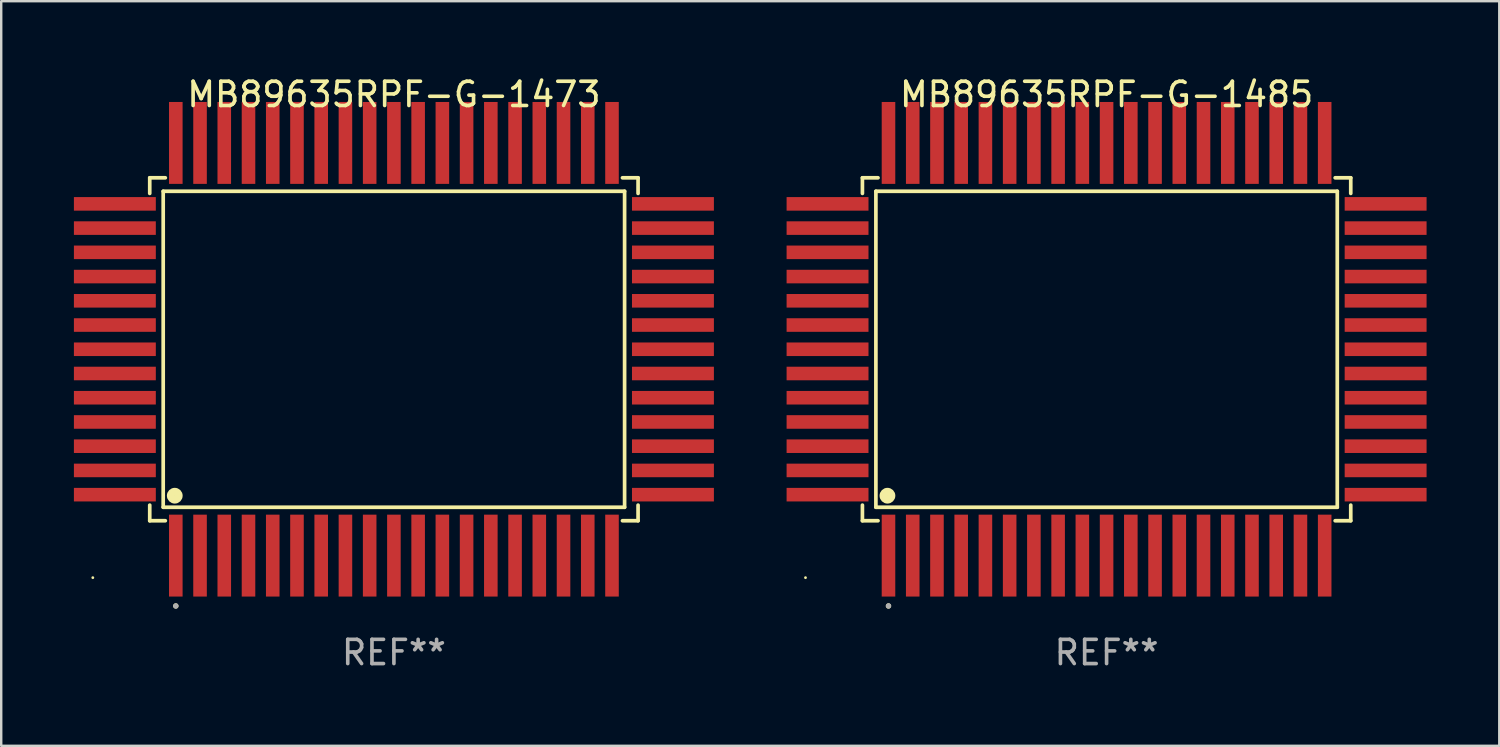
<source format=kicad_pcb>
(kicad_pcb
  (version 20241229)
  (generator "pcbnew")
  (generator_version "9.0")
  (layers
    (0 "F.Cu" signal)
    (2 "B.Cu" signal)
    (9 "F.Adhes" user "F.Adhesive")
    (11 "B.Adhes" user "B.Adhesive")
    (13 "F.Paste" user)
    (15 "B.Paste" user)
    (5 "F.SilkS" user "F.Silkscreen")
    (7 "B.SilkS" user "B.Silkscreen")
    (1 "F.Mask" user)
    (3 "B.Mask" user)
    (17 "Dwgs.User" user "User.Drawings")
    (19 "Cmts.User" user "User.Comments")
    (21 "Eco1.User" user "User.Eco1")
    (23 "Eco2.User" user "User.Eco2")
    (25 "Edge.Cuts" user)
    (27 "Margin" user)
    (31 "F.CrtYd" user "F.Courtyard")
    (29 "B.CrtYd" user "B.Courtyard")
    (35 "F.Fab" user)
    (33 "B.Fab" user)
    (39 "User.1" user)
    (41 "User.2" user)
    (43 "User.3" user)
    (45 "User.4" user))
  (footprint "MB89635RPF-G-1485"
    (layer "F.Cu")
    (at 42.615 11.363)
    (property "Reference" "MB89635RPF-G-1485" (at 0 -10.515 0) (layer "F.SilkS") (effects (font (size 1 1) (thickness 0.15))))
    (attr through_hole)
    (fp_line (start -10.076 -7.076) (end -10.076 -6.432) (stroke (width 0.152) (type solid)) (layer "F.SilkS"))
    (fp_line (start -10.076 7.076) (end -10.076 6.432) (stroke (width 0.152) (type solid)) (layer "F.SilkS"))
    (fp_line (start -9.52 -6.52) (end 9.52 -6.52) (stroke (width 0.152) (type solid)) (layer "F.SilkS"))
    (fp_line (start -9.52 6.52) (end -9.52 -6.52) (stroke (width 0.152) (type solid)) (layer "F.SilkS"))
    (fp_line (start -9.432 -7.076) (end -10.076 -7.076) (stroke (width 0.152) (type solid)) (layer "F.SilkS"))
    (fp_line (start -9.432 7.076) (end -10.076 7.076) (stroke (width 0.152) (type solid)) (layer "F.SilkS"))
    (fp_line (start 9.432 -7.076) (end 10.076 -7.076) (stroke (width 0.152) (type solid)) (layer "F.SilkS"))
    (fp_line (start 9.432 7.076) (end 10.076 7.076) (stroke (width 0.152) (type solid)) (layer "F.SilkS"))
    (fp_line (start 9.52 -6.52) (end 9.52 6.52) (stroke (width 0.152) (type solid)) (layer "F.SilkS"))
    (fp_line (start 9.52 6.52) (end -9.52 6.52) (stroke (width 0.152) (type solid)) (layer "F.SilkS"))
    (fp_line (start 10.076 -7.076) (end 10.076 -6.432) (stroke (width 0.152) (type solid)) (layer "F.SilkS"))
    (fp_line (start 10.076 7.076) (end 10.076 6.432) (stroke (width 0.152) (type solid)) (layer "F.SilkS"))
    (fp_circle (center -12.425 9.425) (end -12.395 9.425) (stroke (width 0.06) (type solid)) (fill no) (layer "F.SilkS"))
    (fp_circle (center -9.043 6.043) (end -8.88 6.043) (stroke (width 0.325) (type solid)) (fill no) (layer "F.SilkS"))
    (fp_circle (center -9 10.593) (end -8.944 10.593) (stroke (width 0.112) (type solid)) (fill no) (layer "F.SilkS"))
    (fp_circle (center -9 10.593) (end -8.944 10.593) (stroke (width 0.112) (type solid)) (fill no) (layer "F.Fab"))
    (fp_text user "REF**" (at 0 12.515 0) (layer "F.Fab") (effects (font (size 1 1) (thickness 0.15))))
    (pad "1" smd rect (at -9 8.515) (size 0.56 3.38) (layers "F.Cu" "F.Mask" "F.Paste"))
    (pad "2" smd rect (at -8 8.515) (size 0.56 3.38) (layers "F.Cu" "F.Mask" "F.Paste"))
    (pad "3" smd rect (at -7 8.515) (size 0.56 3.38) (layers "F.Cu" "F.Mask" "F.Paste"))
    (pad "4" smd rect (at -6 8.515) (size 0.56 3.38) (layers "F.Cu" "F.Mask" "F.Paste"))
    (pad "5" smd rect (at -5 8.515) (size 0.56 3.38) (layers "F.Cu" "F.Mask" "F.Paste"))
    (pad "6" smd rect (at -4 8.515) (size 0.56 3.38) (layers "F.Cu" "F.Mask" "F.Paste"))
    (pad "7" smd rect (at -3 8.515) (size 0.56 3.38) (layers "F.Cu" "F.Mask" "F.Paste"))
    (pad "8" smd rect (at -2 8.515) (size 0.56 3.38) (layers "F.Cu" "F.Mask" "F.Paste"))
    (pad "9" smd rect (at -1 8.515) (size 0.56 3.38) (layers "F.Cu" "F.Mask" "F.Paste"))
    (pad "10" smd rect (at 0 8.515) (size 0.56 3.38) (layers "F.Cu" "F.Mask" "F.Paste"))
    (pad "11" smd rect (at 1 8.515) (size 0.56 3.38) (layers "F.Cu" "F.Mask" "F.Paste"))
    (pad "12" smd rect (at 2 8.515) (size 0.56 3.38) (layers "F.Cu" "F.Mask" "F.Paste"))
    (pad "13" smd rect (at 3 8.515) (size 0.56 3.38) (layers "F.Cu" "F.Mask" "F.Paste"))
    (pad "14" smd rect (at 4 8.515) (size 0.56 3.38) (layers "F.Cu" "F.Mask" "F.Paste"))
    (pad "15" smd rect (at 5 8.515) (size 0.56 3.38) (layers "F.Cu" "F.Mask" "F.Paste"))
    (pad "16" smd rect (at 6 8.515) (size 0.56 3.38) (layers "F.Cu" "F.Mask" "F.Paste"))
    (pad "17" smd rect (at 7 8.515) (size 0.56 3.38) (layers "F.Cu" "F.Mask" "F.Paste"))
    (pad "18" smd rect (at 8 8.515) (size 0.56 3.38) (layers "F.Cu" "F.Mask" "F.Paste"))
    (pad "19" smd rect (at 9 8.515) (size 0.56 3.38) (layers "F.Cu" "F.Mask" "F.Paste"))
    (pad "20" smd rect (at 11.515 6) (size 3.38 0.56) (layers "F.Cu" "F.Mask" "F.Paste"))
    (pad "21" smd rect (at 11.515 5) (size 3.38 0.56) (layers "F.Cu" "F.Mask" "F.Paste"))
    (pad "22" smd rect (at 11.515 4) (size 3.38 0.56) (layers "F.Cu" "F.Mask" "F.Paste"))
    (pad "23" smd rect (at 11.515 3) (size 3.38 0.56) (layers "F.Cu" "F.Mask" "F.Paste"))
    (pad "24" smd rect (at 11.515 2) (size 3.38 0.56) (layers "F.Cu" "F.Mask" "F.Paste"))
    (pad "25" smd rect (at 11.515 1) (size 3.38 0.56) (layers "F.Cu" "F.Mask" "F.Paste"))
    (pad "26" smd rect (at 11.515 0) (size 3.38 0.56) (layers "F.Cu" "F.Mask" "F.Paste"))
    (pad "27" smd rect (at 11.515 -1) (size 3.38 0.56) (layers "F.Cu" "F.Mask" "F.Paste"))
    (pad "28" smd rect (at 11.515 -2) (size 3.38 0.56) (layers "F.Cu" "F.Mask" "F.Paste"))
    (pad "29" smd rect (at 11.515 -3) (size 3.38 0.56) (layers "F.Cu" "F.Mask" "F.Paste"))
    (pad "30" smd rect (at 11.515 -4) (size 3.38 0.56) (layers "F.Cu" "F.Mask" "F.Paste"))
    (pad "31" smd rect (at 11.515 -5) (size 3.38 0.56) (layers "F.Cu" "F.Mask" "F.Paste"))
    (pad "32" smd rect (at 11.515 -6) (size 3.38 0.56) (layers "F.Cu" "F.Mask" "F.Paste"))
    (pad "33" smd rect (at 9 -8.515) (size 0.56 3.38) (layers "F.Cu" "F.Mask" "F.Paste"))
    (pad "34" smd rect (at 8 -8.515) (size 0.56 3.38) (layers "F.Cu" "F.Mask" "F.Paste"))
    (pad "35" smd rect (at 7 -8.515) (size 0.56 3.38) (layers "F.Cu" "F.Mask" "F.Paste"))
    (pad "36" smd rect (at 6 -8.515) (size 0.56 3.38) (layers "F.Cu" "F.Mask" "F.Paste"))
    (pad "37" smd rect (at 5 -8.515) (size 0.56 3.38) (layers "F.Cu" "F.Mask" "F.Paste"))
    (pad "38" smd rect (at 4 -8.515) (size 0.56 3.38) (layers "F.Cu" "F.Mask" "F.Paste"))
    (pad "39" smd rect (at 3 -8.515) (size 0.56 3.38) (layers "F.Cu" "F.Mask" "F.Paste"))
    (pad "40" smd rect (at 2 -8.515) (size 0.56 3.38) (layers "F.Cu" "F.Mask" "F.Paste"))
    (pad "41" smd rect (at 1 -8.515) (size 0.56 3.38) (layers "F.Cu" "F.Mask" "F.Paste"))
    (pad "42" smd rect (at 0 -8.515) (size 0.56 3.38) (layers "F.Cu" "F.Mask" "F.Paste"))
    (pad "43" smd rect (at -1 -8.515) (size 0.56 3.38) (layers "F.Cu" "F.Mask" "F.Paste"))
    (pad "44" smd rect (at -2 -8.515) (size 0.56 3.38) (layers "F.Cu" "F.Mask" "F.Paste"))
    (pad "45" smd rect (at -3 -8.515) (size 0.56 3.38) (layers "F.Cu" "F.Mask" "F.Paste"))
    (pad "46" smd rect (at -4 -8.515) (size 0.56 3.38) (layers "F.Cu" "F.Mask" "F.Paste"))
    (pad "47" smd rect (at -5 -8.515) (size 0.56 3.38) (layers "F.Cu" "F.Mask" "F.Paste"))
    (pad "48" smd rect (at -6 -8.515) (size 0.56 3.38) (layers "F.Cu" "F.Mask" "F.Paste"))
    (pad "49" smd rect (at -7 -8.515) (size 0.56 3.38) (layers "F.Cu" "F.Mask" "F.Paste"))
    (pad "50" smd rect (at -8 -8.515) (size 0.56 3.38) (layers "F.Cu" "F.Mask" "F.Paste"))
    (pad "51" smd rect (at -9 -8.515) (size 0.56 3.38) (layers "F.Cu" "F.Mask" "F.Paste"))
    (pad "52" smd rect (at -11.515 -6) (size 3.38 0.56) (layers "F.Cu" "F.Mask" "F.Paste"))
    (pad "53" smd rect (at -11.515 -5) (size 3.38 0.56) (layers "F.Cu" "F.Mask" "F.Paste"))
    (pad "54" smd rect (at -11.515 -4) (size 3.38 0.56) (layers "F.Cu" "F.Mask" "F.Paste"))
    (pad "55" smd rect (at -11.515 -3) (size 3.38 0.56) (layers "F.Cu" "F.Mask" "F.Paste"))
    (pad "56" smd rect (at -11.515 -2) (size 3.38 0.56) (layers "F.Cu" "F.Mask" "F.Paste"))
    (pad "57" smd rect (at -11.515 -1) (size 3.38 0.56) (layers "F.Cu" "F.Mask" "F.Paste"))
    (pad "58" smd rect (at -11.515 0) (size 3.38 0.56) (layers "F.Cu" "F.Mask" "F.Paste"))
    (pad "59" smd rect (at -11.515 1) (size 3.38 0.56) (layers "F.Cu" "F.Mask" "F.Paste"))
    (pad "60" smd rect (at -11.515 2) (size 3.38 0.56) (layers "F.Cu" "F.Mask" "F.Paste"))
    (pad "61" smd rect (at -11.515 3) (size 3.38 0.56) (layers "F.Cu" "F.Mask" "F.Paste"))
    (pad "62" smd rect (at -11.515 4) (size 3.38 0.56) (layers "F.Cu" "F.Mask" "F.Paste"))
    (pad "63" smd rect (at -11.515 5) (size 3.38 0.56) (layers "F.Cu" "F.Mask" "F.Paste"))
    (pad "64" smd rect (at -11.515 6) (size 3.38 0.56) (layers "F.Cu" "F.Mask" "F.Paste")))
  (footprint "MB89635RPF-G-1473"
    (layer "F.Cu")
    (at 13.205 11.363)
    (property "Reference" "MB89635RPF-G-1473" (at 0 -10.515 0) (layer "F.SilkS") (effects (font (size 1 1) (thickness 0.15))))
    (attr through_hole)
    (fp_line (start -10.076 -7.076) (end -10.076 -6.432) (stroke (width 0.152) (type solid)) (layer "F.SilkS"))
    (fp_line (start -10.076 7.076) (end -10.076 6.432) (stroke (width 0.152) (type solid)) (layer "F.SilkS"))
    (fp_line (start -9.52 -6.52) (end 9.52 -6.52) (stroke (width 0.152) (type solid)) (layer "F.SilkS"))
    (fp_line (start -9.52 6.52) (end -9.52 -6.52) (stroke (width 0.152) (type solid)) (layer "F.SilkS"))
    (fp_line (start -9.432 -7.076) (end -10.076 -7.076) (stroke (width 0.152) (type solid)) (layer "F.SilkS"))
    (fp_line (start -9.432 7.076) (end -10.076 7.076) (stroke (width 0.152) (type solid)) (layer "F.SilkS"))
    (fp_line (start 9.432 -7.076) (end 10.076 -7.076) (stroke (width 0.152) (type solid)) (layer "F.SilkS"))
    (fp_line (start 9.432 7.076) (end 10.076 7.076) (stroke (width 0.152) (type solid)) (layer "F.SilkS"))
    (fp_line (start 9.52 -6.52) (end 9.52 6.52) (stroke (width 0.152) (type solid)) (layer "F.SilkS"))
    (fp_line (start 9.52 6.52) (end -9.52 6.52) (stroke (width 0.152) (type solid)) (layer "F.SilkS"))
    (fp_line (start 10.076 -7.076) (end 10.076 -6.432) (stroke (width 0.152) (type solid)) (layer "F.SilkS"))
    (fp_line (start 10.076 7.076) (end 10.076 6.432) (stroke (width 0.152) (type solid)) (layer "F.SilkS"))
    (fp_circle (center -12.425 9.425) (end -12.395 9.425) (stroke (width 0.06) (type solid)) (fill no) (layer "F.SilkS"))
    (fp_circle (center -9.043 6.043) (end -8.88 6.043) (stroke (width 0.325) (type solid)) (fill no) (layer "F.SilkS"))
    (fp_circle (center -9 10.593) (end -8.944 10.593) (stroke (width 0.112) (type solid)) (fill no) (layer "F.SilkS"))
    (fp_circle (center -9 10.593) (end -8.944 10.593) (stroke (width 0.112) (type solid)) (fill no) (layer "F.Fab"))
    (fp_text user "REF**" (at 0 12.515 0) (layer "F.Fab") (effects (font (size 1 1) (thickness 0.15))))
    (pad "1" smd rect (at -9 8.515) (size 0.56 3.38) (layers "F.Cu" "F.Mask" "F.Paste"))
    (pad "2" smd rect (at -8 8.515) (size 0.56 3.38) (layers "F.Cu" "F.Mask" "F.Paste"))
    (pad "3" smd rect (at -7 8.515) (size 0.56 3.38) (layers "F.Cu" "F.Mask" "F.Paste"))
    (pad "4" smd rect (at -6 8.515) (size 0.56 3.38) (layers "F.Cu" "F.Mask" "F.Paste"))
    (pad "5" smd rect (at -5 8.515) (size 0.56 3.38) (layers "F.Cu" "F.Mask" "F.Paste"))
    (pad "6" smd rect (at -4 8.515) (size 0.56 3.38) (layers "F.Cu" "F.Mask" "F.Paste"))
    (pad "7" smd rect (at -3 8.515) (size 0.56 3.38) (layers "F.Cu" "F.Mask" "F.Paste"))
    (pad "8" smd rect (at -2 8.515) (size 0.56 3.38) (layers "F.Cu" "F.Mask" "F.Paste"))
    (pad "9" smd rect (at -1 8.515) (size 0.56 3.38) (layers "F.Cu" "F.Mask" "F.Paste"))
    (pad "10" smd rect (at 0 8.515) (size 0.56 3.38) (layers "F.Cu" "F.Mask" "F.Paste"))
    (pad "11" smd rect (at 1 8.515) (size 0.56 3.38) (layers "F.Cu" "F.Mask" "F.Paste"))
    (pad "12" smd rect (at 2 8.515) (size 0.56 3.38) (layers "F.Cu" "F.Mask" "F.Paste"))
    (pad "13" smd rect (at 3 8.515) (size 0.56 3.38) (layers "F.Cu" "F.Mask" "F.Paste"))
    (pad "14" smd rect (at 4 8.515) (size 0.56 3.38) (layers "F.Cu" "F.Mask" "F.Paste"))
    (pad "15" smd rect (at 5 8.515) (size 0.56 3.38) (layers "F.Cu" "F.Mask" "F.Paste"))
    (pad "16" smd rect (at 6 8.515) (size 0.56 3.38) (layers "F.Cu" "F.Mask" "F.Paste"))
    (pad "17" smd rect (at 7 8.515) (size 0.56 3.38) (layers "F.Cu" "F.Mask" "F.Paste"))
    (pad "18" smd rect (at 8 8.515) (size 0.56 3.38) (layers "F.Cu" "F.Mask" "F.Paste"))
    (pad "19" smd rect (at 9 8.515) (size 0.56 3.38) (layers "F.Cu" "F.Mask" "F.Paste"))
    (pad "20" smd rect (at 11.515 6) (size 3.38 0.56) (layers "F.Cu" "F.Mask" "F.Paste"))
    (pad "21" smd rect (at 11.515 5) (size 3.38 0.56) (layers "F.Cu" "F.Mask" "F.Paste"))
    (pad "22" smd rect (at 11.515 4) (size 3.38 0.56) (layers "F.Cu" "F.Mask" "F.Paste"))
    (pad "23" smd rect (at 11.515 3) (size 3.38 0.56) (layers "F.Cu" "F.Mask" "F.Paste"))
    (pad "24" smd rect (at 11.515 2) (size 3.38 0.56) (layers "F.Cu" "F.Mask" "F.Paste"))
    (pad "25" smd rect (at 11.515 1) (size 3.38 0.56) (layers "F.Cu" "F.Mask" "F.Paste"))
    (pad "26" smd rect (at 11.515 0) (size 3.38 0.56) (layers "F.Cu" "F.Mask" "F.Paste"))
    (pad "27" smd rect (at 11.515 -1) (size 3.38 0.56) (layers "F.Cu" "F.Mask" "F.Paste"))
    (pad "28" smd rect (at 11.515 -2) (size 3.38 0.56) (layers "F.Cu" "F.Mask" "F.Paste"))
    (pad "29" smd rect (at 11.515 -3) (size 3.38 0.56) (layers "F.Cu" "F.Mask" "F.Paste"))
    (pad "30" smd rect (at 11.515 -4) (size 3.38 0.56) (layers "F.Cu" "F.Mask" "F.Paste"))
    (pad "31" smd rect (at 11.515 -5) (size 3.38 0.56) (layers "F.Cu" "F.Mask" "F.Paste"))
    (pad "32" smd rect (at 11.515 -6) (size 3.38 0.56) (layers "F.Cu" "F.Mask" "F.Paste"))
    (pad "33" smd rect (at 9 -8.515) (size 0.56 3.38) (layers "F.Cu" "F.Mask" "F.Paste"))
    (pad "34" smd rect (at 8 -8.515) (size 0.56 3.38) (layers "F.Cu" "F.Mask" "F.Paste"))
    (pad "35" smd rect (at 7 -8.515) (size 0.56 3.38) (layers "F.Cu" "F.Mask" "F.Paste"))
    (pad "36" smd rect (at 6 -8.515) (size 0.56 3.38) (layers "F.Cu" "F.Mask" "F.Paste"))
    (pad "37" smd rect (at 5 -8.515) (size 0.56 3.38) (layers "F.Cu" "F.Mask" "F.Paste"))
    (pad "38" smd rect (at 4 -8.515) (size 0.56 3.38) (layers "F.Cu" "F.Mask" "F.Paste"))
    (pad "39" smd rect (at 3 -8.515) (size 0.56 3.38) (layers "F.Cu" "F.Mask" "F.Paste"))
    (pad "40" smd rect (at 2 -8.515) (size 0.56 3.38) (layers "F.Cu" "F.Mask" "F.Paste"))
    (pad "41" smd rect (at 1 -8.515) (size 0.56 3.38) (layers "F.Cu" "F.Mask" "F.Paste"))
    (pad "42" smd rect (at 0 -8.515) (size 0.56 3.38) (layers "F.Cu" "F.Mask" "F.Paste"))
    (pad "43" smd rect (at -1 -8.515) (size 0.56 3.38) (layers "F.Cu" "F.Mask" "F.Paste"))
    (pad "44" smd rect (at -2 -8.515) (size 0.56 3.38) (layers "F.Cu" "F.Mask" "F.Paste"))
    (pad "45" smd rect (at -3 -8.515) (size 0.56 3.38) (layers "F.Cu" "F.Mask" "F.Paste"))
    (pad "46" smd rect (at -4 -8.515) (size 0.56 3.38) (layers "F.Cu" "F.Mask" "F.Paste"))
    (pad "47" smd rect (at -5 -8.515) (size 0.56 3.38) (layers "F.Cu" "F.Mask" "F.Paste"))
    (pad "48" smd rect (at -6 -8.515) (size 0.56 3.38) (layers "F.Cu" "F.Mask" "F.Paste"))
    (pad "49" smd rect (at -7 -8.515) (size 0.56 3.38) (layers "F.Cu" "F.Mask" "F.Paste"))
    (pad "50" smd rect (at -8 -8.515) (size 0.56 3.38) (layers "F.Cu" "F.Mask" "F.Paste"))
    (pad "51" smd rect (at -9 -8.515) (size 0.56 3.38) (layers "F.Cu" "F.Mask" "F.Paste"))
    (pad "52" smd rect (at -11.515 -6) (size 3.38 0.56) (layers "F.Cu" "F.Mask" "F.Paste"))
    (pad "53" smd rect (at -11.515 -5) (size 3.38 0.56) (layers "F.Cu" "F.Mask" "F.Paste"))
    (pad "54" smd rect (at -11.515 -4) (size 3.38 0.56) (layers "F.Cu" "F.Mask" "F.Paste"))
    (pad "55" smd rect (at -11.515 -3) (size 3.38 0.56) (layers "F.Cu" "F.Mask" "F.Paste"))
    (pad "56" smd rect (at -11.515 -2) (size 3.38 0.56) (layers "F.Cu" "F.Mask" "F.Paste"))
    (pad "57" smd rect (at -11.515 -1) (size 3.38 0.56) (layers "F.Cu" "F.Mask" "F.Paste"))
    (pad "58" smd rect (at -11.515 0) (size 3.38 0.56) (layers "F.Cu" "F.Mask" "F.Paste"))
    (pad "59" smd rect (at -11.515 1) (size 3.38 0.56) (layers "F.Cu" "F.Mask" "F.Paste"))
    (pad "60" smd rect (at -11.515 2) (size 3.38 0.56) (layers "F.Cu" "F.Mask" "F.Paste"))
    (pad "61" smd rect (at -11.515 3) (size 3.38 0.56) (layers "F.Cu" "F.Mask" "F.Paste"))
    (pad "62" smd rect (at -11.515 4) (size 3.38 0.56) (layers "F.Cu" "F.Mask" "F.Paste"))
    (pad "63" smd rect (at -11.515 5) (size 3.38 0.56) (layers "F.Cu" "F.Mask" "F.Paste"))
    (pad "64" smd rect (at -11.515 6) (size 3.38 0.56) (layers "F.Cu" "F.Mask" "F.Paste")))
  (gr_rect
    (start -3 -3)
    (end 58.82 27.727)
    (stroke (width 0.1) (type default))
    (fill no)
    (layer "Edge.Cuts")))
</source>
